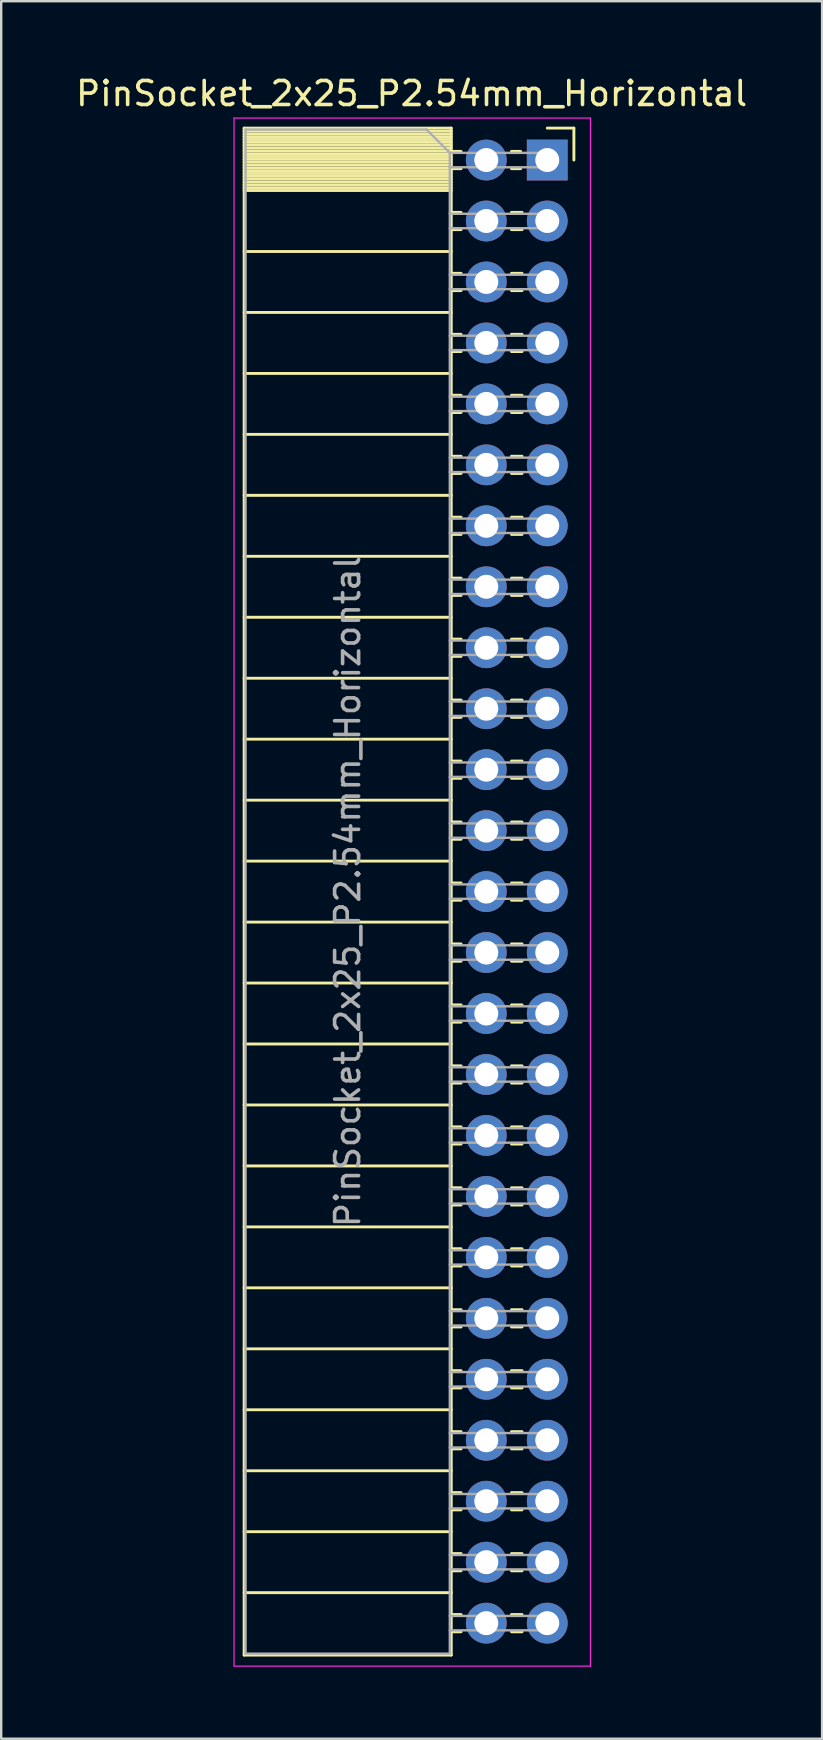
<source format=kicad_pcb>
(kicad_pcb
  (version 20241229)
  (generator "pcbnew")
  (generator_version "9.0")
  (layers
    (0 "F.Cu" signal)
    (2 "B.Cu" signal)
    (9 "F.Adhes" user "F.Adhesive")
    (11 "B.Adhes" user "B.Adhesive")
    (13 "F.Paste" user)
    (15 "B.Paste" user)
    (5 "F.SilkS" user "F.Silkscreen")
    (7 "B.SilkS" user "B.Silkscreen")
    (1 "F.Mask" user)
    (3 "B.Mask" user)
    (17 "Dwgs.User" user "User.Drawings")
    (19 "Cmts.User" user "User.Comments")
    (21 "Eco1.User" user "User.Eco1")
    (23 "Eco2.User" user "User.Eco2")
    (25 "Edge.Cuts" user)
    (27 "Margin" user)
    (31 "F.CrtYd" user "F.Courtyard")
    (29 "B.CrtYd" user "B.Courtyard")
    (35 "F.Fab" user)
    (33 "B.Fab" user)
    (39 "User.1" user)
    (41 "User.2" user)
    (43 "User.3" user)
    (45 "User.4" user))
  (footprint "PinSocket_2x25_P2.54mm_Horizontal"
    (layer "F.Cu")
    (at 19.751 3.618)
    (property "Reference" "PinSocket_2x25_P2.54mm_Horizontal" (at -5.65 -2.77 0) (layer "F.SilkS") (effects (font (size 1 1) (thickness 0.15))))
    (attr through_hole)
    (fp_line (start -12.63 -1.33) (end -12.63 62.29) (stroke (width 0.12) (type solid)) (layer "F.SilkS"))
    (fp_line (start -12.63 -1.33) (end -4 -1.33) (stroke (width 0.12) (type solid)) (layer "F.SilkS"))
    (fp_line (start -12.63 -1.21) (end -4 -1.21) (stroke (width 0.12) (type solid)) (layer "F.SilkS"))
    (fp_line (start -12.63 -1.092) (end -4 -1.092) (stroke (width 0.12) (type solid)) (layer "F.SilkS"))
    (fp_line (start -12.63 -0.974) (end -4 -0.974) (stroke (width 0.12) (type solid)) (layer "F.SilkS"))
    (fp_line (start -12.63 -0.856) (end -4 -0.856) (stroke (width 0.12) (type solid)) (layer "F.SilkS"))
    (fp_line (start -12.63 -0.738) (end -4 -0.738) (stroke (width 0.12) (type solid)) (layer "F.SilkS"))
    (fp_line (start -12.63 -0.62) (end -4 -0.62) (stroke (width 0.12) (type solid)) (layer "F.SilkS"))
    (fp_line (start -12.63 -0.501) (end -4 -0.501) (stroke (width 0.12) (type solid)) (layer "F.SilkS"))
    (fp_line (start -12.63 -0.383) (end -4 -0.383) (stroke (width 0.12) (type solid)) (layer "F.SilkS"))
    (fp_line (start -12.63 -0.265) (end -4 -0.265) (stroke (width 0.12) (type solid)) (layer "F.SilkS"))
    (fp_line (start -12.63 -0.147) (end -4 -0.147) (stroke (width 0.12) (type solid)) (layer "F.SilkS"))
    (fp_line (start -12.63 -0.029) (end -4 -0.029) (stroke (width 0.12) (type solid)) (layer "F.SilkS"))
    (fp_line (start -12.63 0.089) (end -4 0.089) (stroke (width 0.12) (type solid)) (layer "F.SilkS"))
    (fp_line (start -12.63 0.207) (end -4 0.207) (stroke (width 0.12) (type solid)) (layer "F.SilkS"))
    (fp_line (start -12.63 0.325) (end -4 0.325) (stroke (width 0.12) (type solid)) (layer "F.SilkS"))
    (fp_line (start -12.63 0.443) (end -4 0.443) (stroke (width 0.12) (type solid)) (layer "F.SilkS"))
    (fp_line (start -12.63 0.561) (end -4 0.561) (stroke (width 0.12) (type solid)) (layer "F.SilkS"))
    (fp_line (start -12.63 0.68) (end -4 0.68) (stroke (width 0.12) (type solid)) (layer "F.SilkS"))
    (fp_line (start -12.63 0.798) (end -4 0.798) (stroke (width 0.12) (type solid)) (layer "F.SilkS"))
    (fp_line (start -12.63 0.916) (end -4 0.916) (stroke (width 0.12) (type solid)) (layer "F.SilkS"))
    (fp_line (start -12.63 1.034) (end -4 1.034) (stroke (width 0.12) (type solid)) (layer "F.SilkS"))
    (fp_line (start -12.63 1.152) (end -4 1.152) (stroke (width 0.12) (type solid)) (layer "F.SilkS"))
    (fp_line (start -12.63 1.27) (end -4 1.27) (stroke (width 0.12) (type solid)) (layer "F.SilkS"))
    (fp_line (start -12.63 3.81) (end -4 3.81) (stroke (width 0.12) (type solid)) (layer "F.SilkS"))
    (fp_line (start -12.63 6.35) (end -4 6.35) (stroke (width 0.12) (type solid)) (layer "F.SilkS"))
    (fp_line (start -12.63 8.89) (end -4 8.89) (stroke (width 0.12) (type solid)) (layer "F.SilkS"))
    (fp_line (start -12.63 11.43) (end -4 11.43) (stroke (width 0.12) (type solid)) (layer "F.SilkS"))
    (fp_line (start -12.63 13.97) (end -4 13.97) (stroke (width 0.12) (type solid)) (layer "F.SilkS"))
    (fp_line (start -12.63 16.51) (end -4 16.51) (stroke (width 0.12) (type solid)) (layer "F.SilkS"))
    (fp_line (start -12.63 19.05) (end -4 19.05) (stroke (width 0.12) (type solid)) (layer "F.SilkS"))
    (fp_line (start -12.63 21.59) (end -4 21.59) (stroke (width 0.12) (type solid)) (layer "F.SilkS"))
    (fp_line (start -12.63 24.13) (end -4 24.13) (stroke (width 0.12) (type solid)) (layer "F.SilkS"))
    (fp_line (start -12.63 26.67) (end -4 26.67) (stroke (width 0.12) (type solid)) (layer "F.SilkS"))
    (fp_line (start -12.63 29.21) (end -4 29.21) (stroke (width 0.12) (type solid)) (layer "F.SilkS"))
    (fp_line (start -12.63 31.75) (end -4 31.75) (stroke (width 0.12) (type solid)) (layer "F.SilkS"))
    (fp_line (start -12.63 34.29) (end -4 34.29) (stroke (width 0.12) (type solid)) (layer "F.SilkS"))
    (fp_line (start -12.63 36.83) (end -4 36.83) (stroke (width 0.12) (type solid)) (layer "F.SilkS"))
    (fp_line (start -12.63 39.37) (end -4 39.37) (stroke (width 0.12) (type solid)) (layer "F.SilkS"))
    (fp_line (start -12.63 41.91) (end -4 41.91) (stroke (width 0.12) (type solid)) (layer "F.SilkS"))
    (fp_line (start -12.63 44.45) (end -4 44.45) (stroke (width 0.12) (type solid)) (layer "F.SilkS"))
    (fp_line (start -12.63 46.99) (end -4 46.99) (stroke (width 0.12) (type solid)) (layer "F.SilkS"))
    (fp_line (start -12.63 49.53) (end -4 49.53) (stroke (width 0.12) (type solid)) (layer "F.SilkS"))
    (fp_line (start -12.63 52.07) (end -4 52.07) (stroke (width 0.12) (type solid)) (layer "F.SilkS"))
    (fp_line (start -12.63 54.61) (end -4 54.61) (stroke (width 0.12) (type solid)) (layer "F.SilkS"))
    (fp_line (start -12.63 57.15) (end -4 57.15) (stroke (width 0.12) (type solid)) (layer "F.SilkS"))
    (fp_line (start -12.63 59.69) (end -4 59.69) (stroke (width 0.12) (type solid)) (layer "F.SilkS"))
    (fp_line (start -12.63 62.29) (end -4 62.29) (stroke (width 0.12) (type solid)) (layer "F.SilkS"))
    (fp_line (start -4 -1.33) (end -4 62.29) (stroke (width 0.12) (type solid)) (layer "F.SilkS"))
    (fp_line (start -4 -0.36) (end -3.59 -0.36) (stroke (width 0.12) (type solid)) (layer "F.SilkS"))
    (fp_line (start -4 0.36) (end -3.59 0.36) (stroke (width 0.12) (type solid)) (layer "F.SilkS"))
    (fp_line (start -4 2.18) (end -3.59 2.18) (stroke (width 0.12) (type solid)) (layer "F.SilkS"))
    (fp_line (start -4 2.9) (end -3.59 2.9) (stroke (width 0.12) (type solid)) (layer "F.SilkS"))
    (fp_line (start -4 4.72) (end -3.59 4.72) (stroke (width 0.12) (type solid)) (layer "F.SilkS"))
    (fp_line (start -4 5.44) (end -3.59 5.44) (stroke (width 0.12) (type solid)) (layer "F.SilkS"))
    (fp_line (start -4 7.26) (end -3.59 7.26) (stroke (width 0.12) (type solid)) (layer "F.SilkS"))
    (fp_line (start -4 7.98) (end -3.59 7.98) (stroke (width 0.12) (type solid)) (layer "F.SilkS"))
    (fp_line (start -4 9.8) (end -3.59 9.8) (stroke (width 0.12) (type solid)) (layer "F.SilkS"))
    (fp_line (start -4 10.52) (end -3.59 10.52) (stroke (width 0.12) (type solid)) (layer "F.SilkS"))
    (fp_line (start -4 12.34) (end -3.59 12.34) (stroke (width 0.12) (type solid)) (layer "F.SilkS"))
    (fp_line (start -4 13.06) (end -3.59 13.06) (stroke (width 0.12) (type solid)) (layer "F.SilkS"))
    (fp_line (start -4 14.88) (end -3.59 14.88) (stroke (width 0.12) (type solid)) (layer "F.SilkS"))
    (fp_line (start -4 15.6) (end -3.59 15.6) (stroke (width 0.12) (type solid)) (layer "F.SilkS"))
    (fp_line (start -4 17.42) (end -3.59 17.42) (stroke (width 0.12) (type solid)) (layer "F.SilkS"))
    (fp_line (start -4 18.14) (end -3.59 18.14) (stroke (width 0.12) (type solid)) (layer "F.SilkS"))
    (fp_line (start -4 19.96) (end -3.59 19.96) (stroke (width 0.12) (type solid)) (layer "F.SilkS"))
    (fp_line (start -4 20.68) (end -3.59 20.68) (stroke (width 0.12) (type solid)) (layer "F.SilkS"))
    (fp_line (start -4 22.5) (end -3.59 22.5) (stroke (width 0.12) (type solid)) (layer "F.SilkS"))
    (fp_line (start -4 23.22) (end -3.59 23.22) (stroke (width 0.12) (type solid)) (layer "F.SilkS"))
    (fp_line (start -4 25.04) (end -3.59 25.04) (stroke (width 0.12) (type solid)) (layer "F.SilkS"))
    (fp_line (start -4 25.76) (end -3.59 25.76) (stroke (width 0.12) (type solid)) (layer "F.SilkS"))
    (fp_line (start -4 27.58) (end -3.59 27.58) (stroke (width 0.12) (type solid)) (layer "F.SilkS"))
    (fp_line (start -4 28.3) (end -3.59 28.3) (stroke (width 0.12) (type solid)) (layer "F.SilkS"))
    (fp_line (start -4 30.12) (end -3.59 30.12) (stroke (width 0.12) (type solid)) (layer "F.SilkS"))
    (fp_line (start -4 30.84) (end -3.59 30.84) (stroke (width 0.12) (type solid)) (layer "F.SilkS"))
    (fp_line (start -4 32.66) (end -3.59 32.66) (stroke (width 0.12) (type solid)) (layer "F.SilkS"))
    (fp_line (start -4 33.38) (end -3.59 33.38) (stroke (width 0.12) (type solid)) (layer "F.SilkS"))
    (fp_line (start -4 35.2) (end -3.59 35.2) (stroke (width 0.12) (type solid)) (layer "F.SilkS"))
    (fp_line (start -4 35.92) (end -3.59 35.92) (stroke (width 0.12) (type solid)) (layer "F.SilkS"))
    (fp_line (start -4 37.74) (end -3.59 37.74) (stroke (width 0.12) (type solid)) (layer "F.SilkS"))
    (fp_line (start -4 38.46) (end -3.59 38.46) (stroke (width 0.12) (type solid)) (layer "F.SilkS"))
    (fp_line (start -4 40.28) (end -3.59 40.28) (stroke (width 0.12) (type solid)) (layer "F.SilkS"))
    (fp_line (start -4 41) (end -3.59 41) (stroke (width 0.12) (type solid)) (layer "F.SilkS"))
    (fp_line (start -4 42.82) (end -3.59 42.82) (stroke (width 0.12) (type solid)) (layer "F.SilkS"))
    (fp_line (start -4 43.54) (end -3.59 43.54) (stroke (width 0.12) (type solid)) (layer "F.SilkS"))
    (fp_line (start -4 45.36) (end -3.59 45.36) (stroke (width 0.12) (type solid)) (layer "F.SilkS"))
    (fp_line (start -4 46.08) (end -3.59 46.08) (stroke (width 0.12) (type solid)) (layer "F.SilkS"))
    (fp_line (start -4 47.9) (end -3.59 47.9) (stroke (width 0.12) (type solid)) (layer "F.SilkS"))
    (fp_line (start -4 48.62) (end -3.59 48.62) (stroke (width 0.12) (type solid)) (layer "F.SilkS"))
    (fp_line (start -4 50.44) (end -3.59 50.44) (stroke (width 0.12) (type solid)) (layer "F.SilkS"))
    (fp_line (start -4 51.16) (end -3.59 51.16) (stroke (width 0.12) (type solid)) (layer "F.SilkS"))
    (fp_line (start -4 52.98) (end -3.59 52.98) (stroke (width 0.12) (type solid)) (layer "F.SilkS"))
    (fp_line (start -4 53.7) (end -3.59 53.7) (stroke (width 0.12) (type solid)) (layer "F.SilkS"))
    (fp_line (start -4 55.52) (end -3.59 55.52) (stroke (width 0.12) (type solid)) (layer "F.SilkS"))
    (fp_line (start -4 56.24) (end -3.59 56.24) (stroke (width 0.12) (type solid)) (layer "F.SilkS"))
    (fp_line (start -4 58.06) (end -3.59 58.06) (stroke (width 0.12) (type solid)) (layer "F.SilkS"))
    (fp_line (start -4 58.78) (end -3.59 58.78) (stroke (width 0.12) (type solid)) (layer "F.SilkS"))
    (fp_line (start -4 60.6) (end -3.59 60.6) (stroke (width 0.12) (type solid)) (layer "F.SilkS"))
    (fp_line (start -4 61.32) (end -3.59 61.32) (stroke (width 0.12) (type solid)) (layer "F.SilkS"))
    (fp_line (start -1.49 -0.36) (end -1.11 -0.36) (stroke (width 0.12) (type solid)) (layer "F.SilkS"))
    (fp_line (start -1.49 0.36) (end -1.11 0.36) (stroke (width 0.12) (type solid)) (layer "F.SilkS"))
    (fp_line (start -1.49 2.18) (end -1.05 2.18) (stroke (width 0.12) (type solid)) (layer "F.SilkS"))
    (fp_line (start -1.49 2.9) (end -1.05 2.9) (stroke (width 0.12) (type solid)) (layer "F.SilkS"))
    (fp_line (start -1.49 4.72) (end -1.05 4.72) (stroke (width 0.12) (type solid)) (layer "F.SilkS"))
    (fp_line (start -1.49 5.44) (end -1.05 5.44) (stroke (width 0.12) (type solid)) (layer "F.SilkS"))
    (fp_line (start -1.49 7.26) (end -1.05 7.26) (stroke (width 0.12) (type solid)) (layer "F.SilkS"))
    (fp_line (start -1.49 7.98) (end -1.05 7.98) (stroke (width 0.12) (type solid)) (layer "F.SilkS"))
    (fp_line (start -1.49 9.8) (end -1.05 9.8) (stroke (width 0.12) (type solid)) (layer "F.SilkS"))
    (fp_line (start -1.49 10.52) (end -1.05 10.52) (stroke (width 0.12) (type solid)) (layer "F.SilkS"))
    (fp_line (start -1.49 12.34) (end -1.05 12.34) (stroke (width 0.12) (type solid)) (layer "F.SilkS"))
    (fp_line (start -1.49 13.06) (end -1.05 13.06) (stroke (width 0.12) (type solid)) (layer "F.SilkS"))
    (fp_line (start -1.49 14.88) (end -1.05 14.88) (stroke (width 0.12) (type solid)) (layer "F.SilkS"))
    (fp_line (start -1.49 15.6) (end -1.05 15.6) (stroke (width 0.12) (type solid)) (layer "F.SilkS"))
    (fp_line (start -1.49 17.42) (end -1.05 17.42) (stroke (width 0.12) (type solid)) (layer "F.SilkS"))
    (fp_line (start -1.49 18.14) (end -1.05 18.14) (stroke (width 0.12) (type solid)) (layer "F.SilkS"))
    (fp_line (start -1.49 19.96) (end -1.05 19.96) (stroke (width 0.12) (type solid)) (layer "F.SilkS"))
    (fp_line (start -1.49 20.68) (end -1.05 20.68) (stroke (width 0.12) (type solid)) (layer "F.SilkS"))
    (fp_line (start -1.49 22.5) (end -1.05 22.5) (stroke (width 0.12) (type solid)) (layer "F.SilkS"))
    (fp_line (start -1.49 23.22) (end -1.05 23.22) (stroke (width 0.12) (type solid)) (layer "F.SilkS"))
    (fp_line (start -1.49 25.04) (end -1.05 25.04) (stroke (width 0.12) (type solid)) (layer "F.SilkS"))
    (fp_line (start -1.49 25.76) (end -1.05 25.76) (stroke (width 0.12) (type solid)) (layer "F.SilkS"))
    (fp_line (start -1.49 27.58) (end -1.05 27.58) (stroke (width 0.12) (type solid)) (layer "F.SilkS"))
    (fp_line (start -1.49 28.3) (end -1.05 28.3) (stroke (width 0.12) (type solid)) (layer "F.SilkS"))
    (fp_line (start -1.49 30.12) (end -1.05 30.12) (stroke (width 0.12) (type solid)) (layer "F.SilkS"))
    (fp_line (start -1.49 30.84) (end -1.05 30.84) (stroke (width 0.12) (type solid)) (layer "F.SilkS"))
    (fp_line (start -1.49 32.66) (end -1.05 32.66) (stroke (width 0.12) (type solid)) (layer "F.SilkS"))
    (fp_line (start -1.49 33.38) (end -1.05 33.38) (stroke (width 0.12) (type solid)) (layer "F.SilkS"))
    (fp_line (start -1.49 35.2) (end -1.05 35.2) (stroke (width 0.12) (type solid)) (layer "F.SilkS"))
    (fp_line (start -1.49 35.92) (end -1.05 35.92) (stroke (width 0.12) (type solid)) (layer "F.SilkS"))
    (fp_line (start -1.49 37.74) (end -1.05 37.74) (stroke (width 0.12) (type solid)) (layer "F.SilkS"))
    (fp_line (start -1.49 38.46) (end -1.05 38.46) (stroke (width 0.12) (type solid)) (layer "F.SilkS"))
    (fp_line (start -1.49 40.28) (end -1.05 40.28) (stroke (width 0.12) (type solid)) (layer "F.SilkS"))
    (fp_line (start -1.49 41) (end -1.05 41) (stroke (width 0.12) (type solid)) (layer "F.SilkS"))
    (fp_line (start -1.49 42.82) (end -1.05 42.82) (stroke (width 0.12) (type solid)) (layer "F.SilkS"))
    (fp_line (start -1.49 43.54) (end -1.05 43.54) (stroke (width 0.12) (type solid)) (layer "F.SilkS"))
    (fp_line (start -1.49 45.36) (end -1.05 45.36) (stroke (width 0.12) (type solid)) (layer "F.SilkS"))
    (fp_line (start -1.49 46.08) (end -1.05 46.08) (stroke (width 0.12) (type solid)) (layer "F.SilkS"))
    (fp_line (start -1.49 47.9) (end -1.05 47.9) (stroke (width 0.12) (type solid)) (layer "F.SilkS"))
    (fp_line (start -1.49 48.62) (end -1.05 48.62) (stroke (width 0.12) (type solid)) (layer "F.SilkS"))
    (fp_line (start -1.49 50.44) (end -1.05 50.44) (stroke (width 0.12) (type solid)) (layer "F.SilkS"))
    (fp_line (start -1.49 51.16) (end -1.05 51.16) (stroke (width 0.12) (type solid)) (layer "F.SilkS"))
    (fp_line (start -1.49 52.98) (end -1.05 52.98) (stroke (width 0.12) (type solid)) (layer "F.SilkS"))
    (fp_line (start -1.49 53.7) (end -1.05 53.7) (stroke (width 0.12) (type solid)) (layer "F.SilkS"))
    (fp_line (start -1.49 55.52) (end -1.05 55.52) (stroke (width 0.12) (type solid)) (layer "F.SilkS"))
    (fp_line (start -1.49 56.24) (end -1.05 56.24) (stroke (width 0.12) (type solid)) (layer "F.SilkS"))
    (fp_line (start -1.49 58.06) (end -1.05 58.06) (stroke (width 0.12) (type solid)) (layer "F.SilkS"))
    (fp_line (start -1.49 58.78) (end -1.05 58.78) (stroke (width 0.12) (type solid)) (layer "F.SilkS"))
    (fp_line (start -1.49 60.6) (end -1.05 60.6) (stroke (width 0.12) (type solid)) (layer "F.SilkS"))
    (fp_line (start -1.49 61.32) (end -1.05 61.32) (stroke (width 0.12) (type solid)) (layer "F.SilkS"))
    (fp_line (start 0 -1.33) (end 1.11 -1.33) (stroke (width 0.12) (type solid)) (layer "F.SilkS"))
    (fp_line (start 1.11 -1.33) (end 1.11 0) (stroke (width 0.12) (type solid)) (layer "F.SilkS"))
    (fp_line (start -13.05 -1.75) (end -13.05 62.75) (stroke (width 0.05) (type solid)) (layer "F.CrtYd"))
    (fp_line (start -13.05 62.75) (end 1.8 62.75) (stroke (width 0.05) (type solid)) (layer "F.CrtYd"))
    (fp_line (start 1.8 -1.75) (end -13.05 -1.75) (stroke (width 0.05) (type solid)) (layer "F.CrtYd"))
    (fp_line (start 1.8 62.75) (end 1.8 -1.75) (stroke (width 0.05) (type solid)) (layer "F.CrtYd"))
    (fp_line (start -12.57 -1.27) (end -5.03 -1.27) (stroke (width 0.1) (type solid)) (layer "F.Fab"))
    (fp_line (start -12.57 62.23) (end -12.57 -1.27) (stroke (width 0.1) (type solid)) (layer "F.Fab"))
    (fp_line (start -5.03 -1.27) (end -4.06 -0.3) (stroke (width 0.1) (type solid)) (layer "F.Fab"))
    (fp_line (start -4.06 -0.3) (end -4.06 62.23) (stroke (width 0.1) (type solid)) (layer "F.Fab"))
    (fp_line (start -4.06 0.3) (end 0 0.3) (stroke (width 0.1) (type solid)) (layer "F.Fab"))
    (fp_line (start -4.06 2.84) (end 0 2.84) (stroke (width 0.1) (type solid)) (layer "F.Fab"))
    (fp_line (start -4.06 5.38) (end 0 5.38) (stroke (width 0.1) (type solid)) (layer "F.Fab"))
    (fp_line (start -4.06 7.92) (end 0 7.92) (stroke (width 0.1) (type solid)) (layer "F.Fab"))
    (fp_line (start -4.06 10.46) (end 0 10.46) (stroke (width 0.1) (type solid)) (layer "F.Fab"))
    (fp_line (start -4.06 13) (end 0 13) (stroke (width 0.1) (type solid)) (layer "F.Fab"))
    (fp_line (start -4.06 15.54) (end 0 15.54) (stroke (width 0.1) (type solid)) (layer "F.Fab"))
    (fp_line (start -4.06 18.08) (end 0 18.08) (stroke (width 0.1) (type solid)) (layer "F.Fab"))
    (fp_line (start -4.06 20.62) (end 0 20.62) (stroke (width 0.1) (type solid)) (layer "F.Fab"))
    (fp_line (start -4.06 23.16) (end 0 23.16) (stroke (width 0.1) (type solid)) (layer "F.Fab"))
    (fp_line (start -4.06 25.7) (end 0 25.7) (stroke (width 0.1) (type solid)) (layer "F.Fab"))
    (fp_line (start -4.06 28.24) (end 0 28.24) (stroke (width 0.1) (type solid)) (layer "F.Fab"))
    (fp_line (start -4.06 30.78) (end 0 30.78) (stroke (width 0.1) (type solid)) (layer "F.Fab"))
    (fp_line (start -4.06 33.32) (end 0 33.32) (stroke (width 0.1) (type solid)) (layer "F.Fab"))
    (fp_line (start -4.06 35.86) (end 0 35.86) (stroke (width 0.1) (type solid)) (layer "F.Fab"))
    (fp_line (start -4.06 38.4) (end 0 38.4) (stroke (width 0.1) (type solid)) (layer "F.Fab"))
    (fp_line (start -4.06 40.94) (end 0 40.94) (stroke (width 0.1) (type solid)) (layer "F.Fab"))
    (fp_line (start -4.06 43.48) (end 0 43.48) (stroke (width 0.1) (type solid)) (layer "F.Fab"))
    (fp_line (start -4.06 46.02) (end 0 46.02) (stroke (width 0.1) (type solid)) (layer "F.Fab"))
    (fp_line (start -4.06 48.56) (end 0 48.56) (stroke (width 0.1) (type solid)) (layer "F.Fab"))
    (fp_line (start -4.06 51.1) (end 0 51.1) (stroke (width 0.1) (type solid)) (layer "F.Fab"))
    (fp_line (start -4.06 53.64) (end 0 53.64) (stroke (width 0.1) (type solid)) (layer "F.Fab"))
    (fp_line (start -4.06 56.18) (end 0 56.18) (stroke (width 0.1) (type solid)) (layer "F.Fab"))
    (fp_line (start -4.06 58.72) (end 0 58.72) (stroke (width 0.1) (type solid)) (layer "F.Fab"))
    (fp_line (start -4.06 61.26) (end 0 61.26) (stroke (width 0.1) (type solid)) (layer "F.Fab"))
    (fp_line (start -4.06 62.23) (end -12.57 62.23) (stroke (width 0.1) (type solid)) (layer "F.Fab"))
    (fp_line (start 0 -0.3) (end -4.06 -0.3) (stroke (width 0.1) (type solid)) (layer "F.Fab"))
    (fp_line (start 0 0.3) (end 0 -0.3) (stroke (width 0.1) (type solid)) (layer "F.Fab"))
    (fp_line (start 0 2.24) (end -4.06 2.24) (stroke (width 0.1) (type solid)) (layer "F.Fab"))
    (fp_line (start 0 2.84) (end 0 2.24) (stroke (width 0.1) (type solid)) (layer "F.Fab"))
    (fp_line (start 0 4.78) (end -4.06 4.78) (stroke (width 0.1) (type solid)) (layer "F.Fab"))
    (fp_line (start 0 5.38) (end 0 4.78) (stroke (width 0.1) (type solid)) (layer "F.Fab"))
    (fp_line (start 0 7.32) (end -4.06 7.32) (stroke (width 0.1) (type solid)) (layer "F.Fab"))
    (fp_line (start 0 7.92) (end 0 7.32) (stroke (width 0.1) (type solid)) (layer "F.Fab"))
    (fp_line (start 0 9.86) (end -4.06 9.86) (stroke (width 0.1) (type solid)) (layer "F.Fab"))
    (fp_line (start 0 10.46) (end 0 9.86) (stroke (width 0.1) (type solid)) (layer "F.Fab"))
    (fp_line (start 0 12.4) (end -4.06 12.4) (stroke (width 0.1) (type solid)) (layer "F.Fab"))
    (fp_line (start 0 13) (end 0 12.4) (stroke (width 0.1) (type solid)) (layer "F.Fab"))
    (fp_line (start 0 14.94) (end -4.06 14.94) (stroke (width 0.1) (type solid)) (layer "F.Fab"))
    (fp_line (start 0 15.54) (end 0 14.94) (stroke (width 0.1) (type solid)) (layer "F.Fab"))
    (fp_line (start 0 17.48) (end -4.06 17.48) (stroke (width 0.1) (type solid)) (layer "F.Fab"))
    (fp_line (start 0 18.08) (end 0 17.48) (stroke (width 0.1) (type solid)) (layer "F.Fab"))
    (fp_line (start 0 20.02) (end -4.06 20.02) (stroke (width 0.1) (type solid)) (layer "F.Fab"))
    (fp_line (start 0 20.62) (end 0 20.02) (stroke (width 0.1) (type solid)) (layer "F.Fab"))
    (fp_line (start 0 22.56) (end -4.06 22.56) (stroke (width 0.1) (type solid)) (layer "F.Fab"))
    (fp_line (start 0 23.16) (end 0 22.56) (stroke (width 0.1) (type solid)) (layer "F.Fab"))
    (fp_line (start 0 25.1) (end -4.06 25.1) (stroke (width 0.1) (type solid)) (layer "F.Fab"))
    (fp_line (start 0 25.7) (end 0 25.1) (stroke (width 0.1) (type solid)) (layer "F.Fab"))
    (fp_line (start 0 27.64) (end -4.06 27.64) (stroke (width 0.1) (type solid)) (layer "F.Fab"))
    (fp_line (start 0 28.24) (end 0 27.64) (stroke (width 0.1) (type solid)) (layer "F.Fab"))
    (fp_line (start 0 30.18) (end -4.06 30.18) (stroke (width 0.1) (type solid)) (layer "F.Fab"))
    (fp_line (start 0 30.78) (end 0 30.18) (stroke (width 0.1) (type solid)) (layer "F.Fab"))
    (fp_line (start 0 32.72) (end -4.06 32.72) (stroke (width 0.1) (type solid)) (layer "F.Fab"))
    (fp_line (start 0 33.32) (end 0 32.72) (stroke (width 0.1) (type solid)) (layer "F.Fab"))
    (fp_line (start 0 35.26) (end -4.06 35.26) (stroke (width 0.1) (type solid)) (layer "F.Fab"))
    (fp_line (start 0 35.86) (end 0 35.26) (stroke (width 0.1) (type solid)) (layer "F.Fab"))
    (fp_line (start 0 37.8) (end -4.06 37.8) (stroke (width 0.1) (type solid)) (layer "F.Fab"))
    (fp_line (start 0 38.4) (end 0 37.8) (stroke (width 0.1) (type solid)) (layer "F.Fab"))
    (fp_line (start 0 40.34) (end -4.06 40.34) (stroke (width 0.1) (type solid)) (layer "F.Fab"))
    (fp_line (start 0 40.94) (end 0 40.34) (stroke (width 0.1) (type solid)) (layer "F.Fab"))
    (fp_line (start 0 42.88) (end -4.06 42.88) (stroke (width 0.1) (type solid)) (layer "F.Fab"))
    (fp_line (start 0 43.48) (end 0 42.88) (stroke (width 0.1) (type solid)) (layer "F.Fab"))
    (fp_line (start 0 45.42) (end -4.06 45.42) (stroke (width 0.1) (type solid)) (layer "F.Fab"))
    (fp_line (start 0 46.02) (end 0 45.42) (stroke (width 0.1) (type solid)) (layer "F.Fab"))
    (fp_line (start 0 47.96) (end -4.06 47.96) (stroke (width 0.1) (type solid)) (layer "F.Fab"))
    (fp_line (start 0 48.56) (end 0 47.96) (stroke (width 0.1) (type solid)) (layer "F.Fab"))
    (fp_line (start 0 50.5) (end -4.06 50.5) (stroke (width 0.1) (type solid)) (layer "F.Fab"))
    (fp_line (start 0 51.1) (end 0 50.5) (stroke (width 0.1) (type solid)) (layer "F.Fab"))
    (fp_line (start 0 53.04) (end -4.06 53.04) (stroke (width 0.1) (type solid)) (layer "F.Fab"))
    (fp_line (start 0 53.64) (end 0 53.04) (stroke (width 0.1) (type solid)) (layer "F.Fab"))
    (fp_line (start 0 55.58) (end -4.06 55.58) (stroke (width 0.1) (type solid)) (layer "F.Fab"))
    (fp_line (start 0 56.18) (end 0 55.58) (stroke (width 0.1) (type solid)) (layer "F.Fab"))
    (fp_line (start 0 58.12) (end -4.06 58.12) (stroke (width 0.1) (type solid)) (layer "F.Fab"))
    (fp_line (start 0 58.72) (end 0 58.12) (stroke (width 0.1) (type solid)) (layer "F.Fab"))
    (fp_line (start 0 60.66) (end -4.06 60.66) (stroke (width 0.1) (type solid)) (layer "F.Fab"))
    (fp_line (start 0 61.26) (end 0 60.66) (stroke (width 0.1) (type solid)) (layer "F.Fab"))
    (fp_text user "${REFERENCE}" (at -8.315 30.48 90) (layer "F.Fab") (effects (font (size 1 1) (thickness 0.15))))
    (pad "1" thru_hole rect (at 0 0) (size 1.7 1.7) (drill 1) (layers "*.Cu" "*.Mask"))
    (pad "2" thru_hole circle (at -2.54 0) (size 1.7 1.7) (drill 1) (layers "*.Cu" "*.Mask"))
    (pad "3" thru_hole circle (at 0 2.54) (size 1.7 1.7) (drill 1) (layers "*.Cu" "*.Mask"))
    (pad "4" thru_hole circle (at -2.54 2.54) (size 1.7 1.7) (drill 1) (layers "*.Cu" "*.Mask"))
    (pad "5" thru_hole circle (at 0 5.08) (size 1.7 1.7) (drill 1) (layers "*.Cu" "*.Mask"))
    (pad "6" thru_hole circle (at -2.54 5.08) (size 1.7 1.7) (drill 1) (layers "*.Cu" "*.Mask"))
    (pad "7" thru_hole circle (at 0 7.62) (size 1.7 1.7) (drill 1) (layers "*.Cu" "*.Mask"))
    (pad "8" thru_hole circle (at -2.54 7.62) (size 1.7 1.7) (drill 1) (layers "*.Cu" "*.Mask"))
    (pad "9" thru_hole circle (at 0 10.16) (size 1.7 1.7) (drill 1) (layers "*.Cu" "*.Mask"))
    (pad "10" thru_hole circle (at -2.54 10.16) (size 1.7 1.7) (drill 1) (layers "*.Cu" "*.Mask"))
    (pad "11" thru_hole circle (at 0 12.7) (size 1.7 1.7) (drill 1) (layers "*.Cu" "*.Mask"))
    (pad "12" thru_hole circle (at -2.54 12.7) (size 1.7 1.7) (drill 1) (layers "*.Cu" "*.Mask"))
    (pad "13" thru_hole circle (at 0 15.24) (size 1.7 1.7) (drill 1) (layers "*.Cu" "*.Mask"))
    (pad "14" thru_hole circle (at -2.54 15.24) (size 1.7 1.7) (drill 1) (layers "*.Cu" "*.Mask"))
    (pad "15" thru_hole circle (at 0 17.78) (size 1.7 1.7) (drill 1) (layers "*.Cu" "*.Mask"))
    (pad "16" thru_hole circle (at -2.54 17.78) (size 1.7 1.7) (drill 1) (layers "*.Cu" "*.Mask"))
    (pad "17" thru_hole circle (at 0 20.32) (size 1.7 1.7) (drill 1) (layers "*.Cu" "*.Mask"))
    (pad "18" thru_hole circle (at -2.54 20.32) (size 1.7 1.7) (drill 1) (layers "*.Cu" "*.Mask"))
    (pad "19" thru_hole circle (at 0 22.86) (size 1.7 1.7) (drill 1) (layers "*.Cu" "*.Mask"))
    (pad "20" thru_hole circle (at -2.54 22.86) (size 1.7 1.7) (drill 1) (layers "*.Cu" "*.Mask"))
    (pad "21" thru_hole circle (at 0 25.4) (size 1.7 1.7) (drill 1) (layers "*.Cu" "*.Mask"))
    (pad "22" thru_hole circle (at -2.54 25.4) (size 1.7 1.7) (drill 1) (layers "*.Cu" "*.Mask"))
    (pad "23" thru_hole circle (at 0 27.94) (size 1.7 1.7) (drill 1) (layers "*.Cu" "*.Mask"))
    (pad "24" thru_hole circle (at -2.54 27.94) (size 1.7 1.7) (drill 1) (layers "*.Cu" "*.Mask"))
    (pad "25" thru_hole circle (at 0 30.48) (size 1.7 1.7) (drill 1) (layers "*.Cu" "*.Mask"))
    (pad "26" thru_hole circle (at -2.54 30.48) (size 1.7 1.7) (drill 1) (layers "*.Cu" "*.Mask"))
    (pad "27" thru_hole circle (at 0 33.02) (size 1.7 1.7) (drill 1) (layers "*.Cu" "*.Mask"))
    (pad "28" thru_hole circle (at -2.54 33.02) (size 1.7 1.7) (drill 1) (layers "*.Cu" "*.Mask"))
    (pad "29" thru_hole circle (at 0 35.56) (size 1.7 1.7) (drill 1) (layers "*.Cu" "*.Mask"))
    (pad "30" thru_hole circle (at -2.54 35.56) (size 1.7 1.7) (drill 1) (layers "*.Cu" "*.Mask"))
    (pad "31" thru_hole circle (at 0 38.1) (size 1.7 1.7) (drill 1) (layers "*.Cu" "*.Mask"))
    (pad "32" thru_hole circle (at -2.54 38.1) (size 1.7 1.7) (drill 1) (layers "*.Cu" "*.Mask"))
    (pad "33" thru_hole circle (at 0 40.64) (size 1.7 1.7) (drill 1) (layers "*.Cu" "*.Mask"))
    (pad "34" thru_hole circle (at -2.54 40.64) (size 1.7 1.7) (drill 1) (layers "*.Cu" "*.Mask"))
    (pad "35" thru_hole circle (at 0 43.18) (size 1.7 1.7) (drill 1) (layers "*.Cu" "*.Mask"))
    (pad "36" thru_hole circle (at -2.54 43.18) (size 1.7 1.7) (drill 1) (layers "*.Cu" "*.Mask"))
    (pad "37" thru_hole circle (at 0 45.72) (size 1.7 1.7) (drill 1) (layers "*.Cu" "*.Mask"))
    (pad "38" thru_hole circle (at -2.54 45.72) (size 1.7 1.7) (drill 1) (layers "*.Cu" "*.Mask"))
    (pad "39" thru_hole circle (at 0 48.26) (size 1.7 1.7) (drill 1) (layers "*.Cu" "*.Mask"))
    (pad "40" thru_hole circle (at -2.54 48.26) (size 1.7 1.7) (drill 1) (layers "*.Cu" "*.Mask"))
    (pad "41" thru_hole circle (at 0 50.8) (size 1.7 1.7) (drill 1) (layers "*.Cu" "*.Mask"))
    (pad "42" thru_hole circle (at -2.54 50.8) (size 1.7 1.7) (drill 1) (layers "*.Cu" "*.Mask"))
    (pad "43" thru_hole circle (at 0 53.34) (size 1.7 1.7) (drill 1) (layers "*.Cu" "*.Mask"))
    (pad "44" thru_hole circle (at -2.54 53.34) (size 1.7 1.7) (drill 1) (layers "*.Cu" "*.Mask"))
    (pad "45" thru_hole circle (at 0 55.88) (size 1.7 1.7) (drill 1) (layers "*.Cu" "*.Mask"))
    (pad "46" thru_hole circle (at -2.54 55.88) (size 1.7 1.7) (drill 1) (layers "*.Cu" "*.Mask"))
    (pad "47" thru_hole circle (at 0 58.42) (size 1.7 1.7) (drill 1) (layers "*.Cu" "*.Mask"))
    (pad "48" thru_hole circle (at -2.54 58.42) (size 1.7 1.7) (drill 1) (layers "*.Cu" "*.Mask"))
    (pad "49" thru_hole circle (at 0 60.96) (size 1.7 1.7) (drill 1) (layers "*.Cu" "*.Mask"))
    (pad "50" thru_hole circle (at -2.54 60.96) (size 1.7 1.7) (drill 1) (layers "*.Cu" "*.Mask")))
  (gr_rect
    (start -3 -3)
    (end 31.202 69.393)
    (stroke (width 0.1) (type default))
    (fill no)
    (layer "Edge.Cuts")))
</source>
